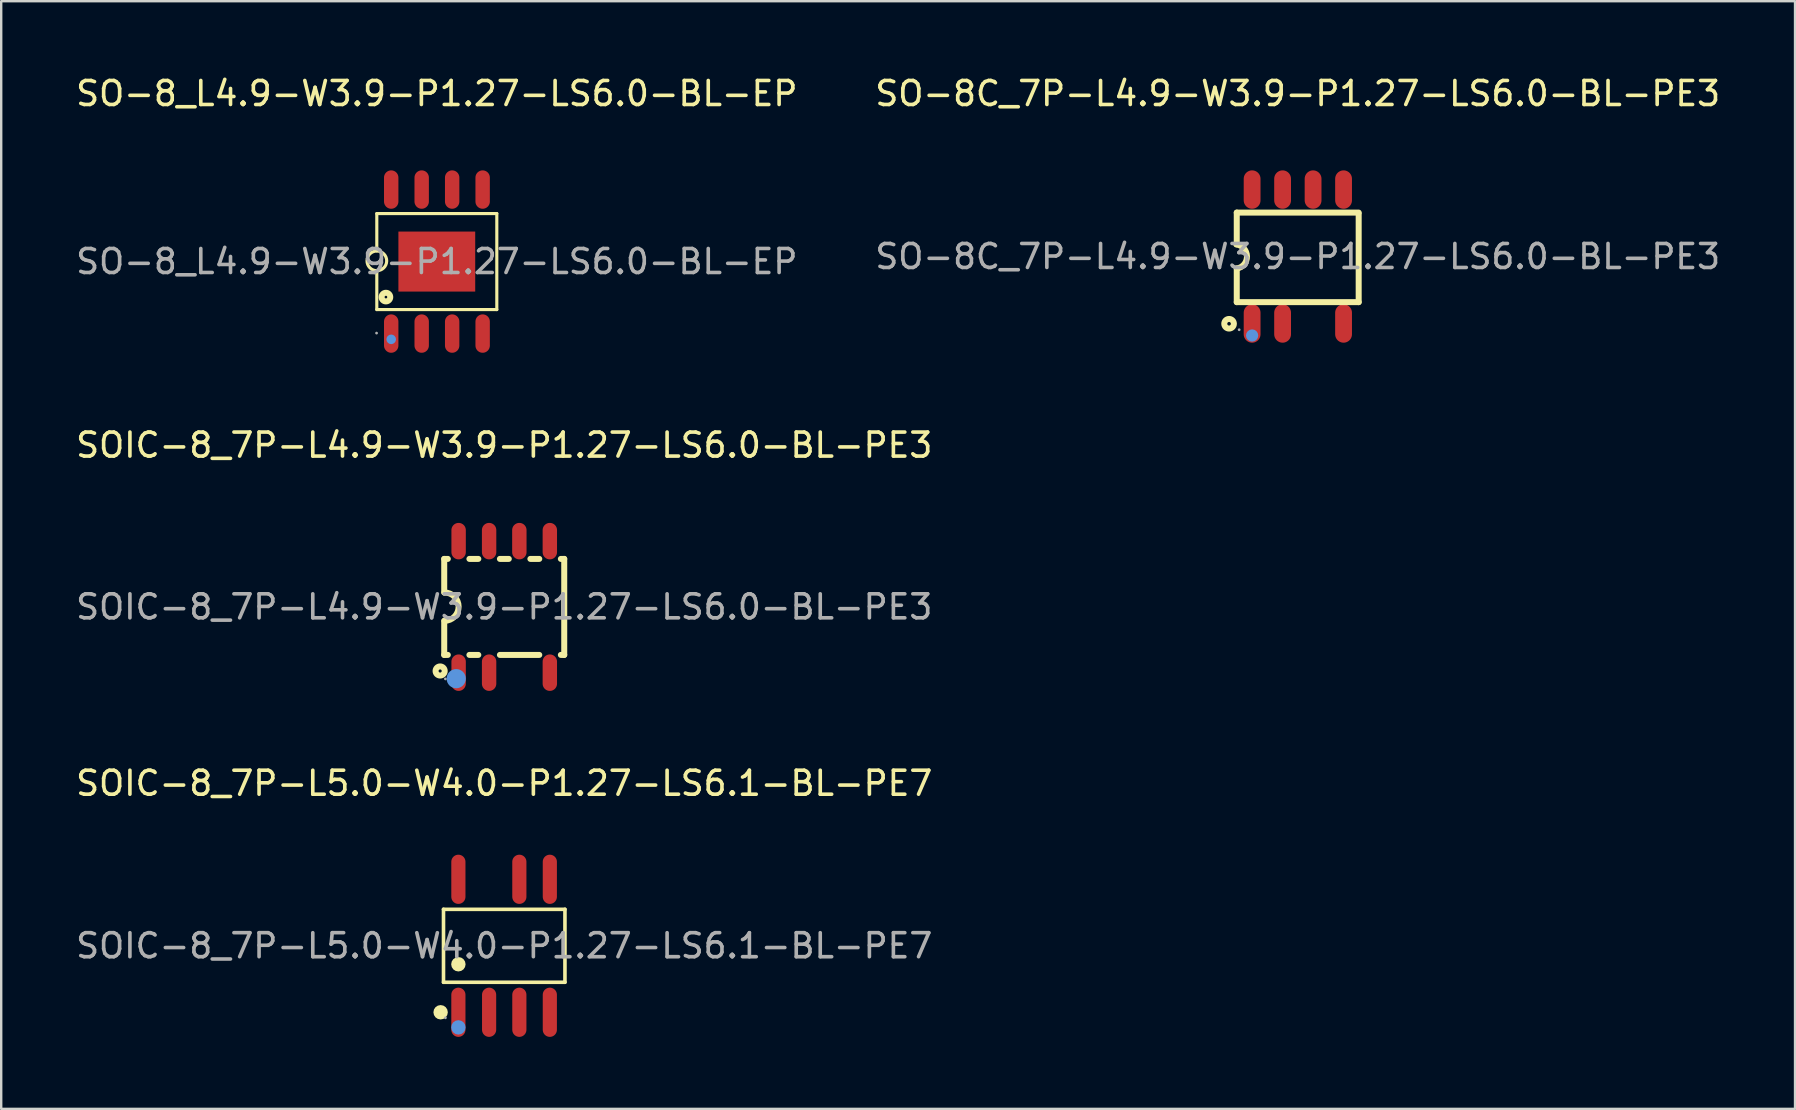
<source format=kicad_pcb>
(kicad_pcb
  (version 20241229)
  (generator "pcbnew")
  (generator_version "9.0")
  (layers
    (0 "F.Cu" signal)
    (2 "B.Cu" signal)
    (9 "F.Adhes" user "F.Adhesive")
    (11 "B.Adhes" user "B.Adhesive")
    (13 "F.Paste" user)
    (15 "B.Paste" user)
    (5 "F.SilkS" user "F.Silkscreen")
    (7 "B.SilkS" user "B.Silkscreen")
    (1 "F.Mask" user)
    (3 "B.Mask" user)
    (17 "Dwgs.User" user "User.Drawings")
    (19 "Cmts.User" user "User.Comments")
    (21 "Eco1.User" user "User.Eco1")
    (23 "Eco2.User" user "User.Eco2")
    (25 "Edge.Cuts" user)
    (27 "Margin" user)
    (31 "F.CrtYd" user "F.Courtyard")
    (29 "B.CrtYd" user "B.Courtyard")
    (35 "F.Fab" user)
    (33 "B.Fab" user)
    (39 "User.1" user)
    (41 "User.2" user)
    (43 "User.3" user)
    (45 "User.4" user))
  (footprint "SO-8C_7P-L4.9-W3.9-P1.27-LS6.0-BL-PE3"
    (layer "F.Cu")
    (at 51.018 7.638)
    (property "Reference" "SO-8C_7P-L4.9-W3.9-P1.27-LS6.0-BL-PE3" (at 0 -6.79 0) (layer "F.SilkS") (effects (font (size 1 1) (thickness 0.15))))
    (attr through_hole)
    (fp_line (start -2.54 -1.83) (end -2.54 -0.51) (stroke (width 0.25) (type solid)) (layer "F.SilkS"))
    (fp_line (start -2.54 1.9) (end -2.54 0.5) (stroke (width 0.25) (type solid)) (layer "F.SilkS"))
    (fp_line (start 2.54 -1.83) (end -2.54 -1.83) (stroke (width 0.25) (type solid)) (layer "F.SilkS"))
    (fp_line (start 2.54 -1.78) (end 2.54 1.9) (stroke (width 0.25) (type solid)) (layer "F.SilkS"))
    (fp_line (start 2.54 1.9) (end -2.54 1.9) (stroke (width 0.25) (type solid)) (layer "F.SilkS"))
    (fp_arc (start -2.66 2.8) (mid -3.059937 2.805009) (end -2.660251 2.789986) (stroke (width 0.25) (type solid)) (layer "F.SilkS"))
    (fp_arc (start -2.558556 -0.502618) (mid -2.113727 -0.00937) (end -2.54 0.5) (stroke (width 0.25) (type solid)) (layer "F.SilkS"))
    (fp_circle (center -1.9 3.29) (end -1.77 3.29) (stroke (width 0.25) (type solid)) (fill no) (layer "Cmts.User"))
    (fp_circle (center -2.44 3.05) (end -2.41 3.05) (stroke (width 0.06) (type solid)) (fill no) (layer "F.Fab"))
    (fp_text user "${REFERENCE}" (at 0 0 0) (layer "F.Fab") (effects (font (size 1 1) (thickness 0.15))))
    (pad "1" smd oval (at -1.9 2.79) (size 0.7 1.6) (layers "F.Cu" "F.Mask" "F.Paste"))
    (pad "2" smd oval (at -0.63 2.79) (size 0.7 1.6) (layers "F.Cu" "F.Mask" "F.Paste"))
    (pad "4" smd oval (at 1.91 2.79) (size 0.7 1.6) (layers "F.Cu" "F.Mask" "F.Paste"))
    (pad "5" smd oval (at 1.91 -2.79) (size 0.7 1.6) (layers "F.Cu" "F.Mask" "F.Paste"))
    (pad "6" smd oval (at 0.64 -2.79) (size 0.7 1.6) (layers "F.Cu" "F.Mask" "F.Paste"))
    (pad "7" smd oval (at -0.63 -2.79) (size 0.7 1.6) (layers "F.Cu" "F.Mask" "F.Paste"))
    (pad "8" smd oval (at -1.9 -2.79) (size 0.7 1.6) (layers "F.Cu" "F.Mask" "F.Paste")))
  (footprint "SO-8_L4.9-W3.9-P1.27-LS6.0-BL-EP"
    (layer "F.Cu")
    (at 15.149 7.848)
    (property "Reference" "SO-8_L4.9-W3.9-P1.27-LS6.0-BL-EP" (at 0 -7 0) (layer "F.SilkS") (effects (font (size 1 1) (thickness 0.15))))
    (attr through_hole)
    (fp_line (start -2.5 -2) (end -2.5 -0.45) (stroke (width 0.13) (type solid)) (layer "F.SilkS"))
    (fp_line (start -2.5 -2) (end 2.5 -2) (stroke (width 0.13) (type solid)) (layer "F.SilkS"))
    (fp_line (start -2.5 2) (end -2.5 0.37) (stroke (width 0.13) (type solid)) (layer "F.SilkS"))
    (fp_line (start -2.5 2) (end 2.5 2) (stroke (width 0.13) (type solid)) (layer "F.SilkS"))
    (fp_line (start 2.5 -2) (end 2.5 2) (stroke (width 0.13) (type solid)) (layer "F.SilkS"))
    (fp_arc (start -2.507155 0.379938) (mid -2.496422 -0.439985) (end -2.5 0.38) (stroke (width 0.13) (type solid)) (layer "F.SilkS"))
    (fp_circle (center -2.12 1.48) (end -1.94 1.48) (stroke (width 0.25) (type solid)) (fill no) (layer "F.SilkS"))
    (fp_circle (center -1.9 3.24) (end -1.8 3.24) (stroke (width 0.2) (type solid)) (fill no) (layer "Cmts.User"))
    (fp_circle (center -2.51 2.98) (end -2.48 2.98) (stroke (width 0.06) (type solid)) (fill no) (layer "F.Fab"))
    (fp_text user "${REFERENCE}" (at 0 0 0) (layer "F.Fab") (effects (font (size 1 1) (thickness 0.15))))
    (pad "1" smd oval (at -1.9 3) (size 0.6 1.6) (layers "F.Cu" "F.Mask" "F.Paste"))
    (pad "2" smd oval (at -0.63 3) (size 0.6 1.6) (layers "F.Cu" "F.Mask" "F.Paste"))
    (pad "3" smd oval (at 0.64 3) (size 0.6 1.6) (layers "F.Cu" "F.Mask" "F.Paste"))
    (pad "4" smd oval (at 1.91 3) (size 0.6 1.6) (layers "F.Cu" "F.Mask" "F.Paste"))
    (pad "5" smd oval (at 1.91 -3) (size 0.6 1.6) (layers "F.Cu" "F.Mask" "F.Paste"))
    (pad "6" smd oval (at 0.64 -3) (size 0.6 1.6) (layers "F.Cu" "F.Mask" "F.Paste"))
    (pad "7" smd oval (at -0.63 -3) (size 0.6 1.6) (layers "F.Cu" "F.Mask" "F.Paste"))
    (pad "8" smd oval (at -1.9 -3) (size 0.6 1.6) (layers "F.Cu" "F.Mask" "F.Paste"))
    (pad "9" smd rect (at 0 0) (size 3.2 2.5) (layers "F.Cu" "F.Mask" "F.Paste")))
  (footprint "SOIC-8_7P-L4.9-W3.9-P1.27-LS6.0-BL-PE3"
    (layer "F.Cu")
    (at 17.958 22.236)
    (property "Reference" "SOIC-8_7P-L4.9-W3.9-P1.27-LS6.0-BL-PE3" (at 0 -6.74 0) (layer "F.SilkS") (effects (font (size 1 1) (thickness 0.15))))
    (attr through_hole)
    (fp_line (start -2.5 -2) (end -2.5 -0.6) (stroke (width 0.25) (type solid)) (layer "F.SilkS"))
    (fp_line (start -2.5 -2) (end -2.35 -2) (stroke (width 0.25) (type solid)) (layer "F.SilkS"))
    (fp_line (start -2.5 0.58) (end -2.5 2) (stroke (width 0.25) (type solid)) (layer "F.SilkS"))
    (fp_line (start -2.5 2) (end -2.35 2) (stroke (width 0.25) (type solid)) (layer "F.SilkS"))
    (fp_line (start -1.45 -2) (end -1.08 -2) (stroke (width 0.25) (type solid)) (layer "F.SilkS"))
    (fp_line (start -1.45 2) (end -1.08 2) (stroke (width 0.25) (type solid)) (layer "F.SilkS"))
    (fp_line (start -0.18 -2) (end 0.19 -2) (stroke (width 0.25) (type solid)) (layer "F.SilkS"))
    (fp_line (start -0.18 2) (end 1.46 2) (stroke (width 0.25) (type solid)) (layer "F.SilkS"))
    (fp_line (start 1.09 -2) (end 1.46 -2) (stroke (width 0.25) (type solid)) (layer "F.SilkS"))
    (fp_line (start 2.36 -2) (end 2.5 -2) (stroke (width 0.25) (type solid)) (layer "F.SilkS"))
    (fp_line (start 2.36 2) (end 2.5 2) (stroke (width 0.25) (type solid)) (layer "F.SilkS"))
    (fp_line (start 2.5 -2) (end 2.5 2) (stroke (width 0.25) (type solid)) (layer "F.SilkS"))
    (fp_arc (start -2.49 -0.6) (mid -1.9 -0.01) (end -2.49 0.58) (stroke (width 0.25) (type solid)) (layer "F.SilkS"))
    (fp_circle (center -2.67 2.67) (end -2.48 2.67) (stroke (width 0.25) (type solid)) (fill no) (layer "F.SilkS"))
    (fp_circle (center -2 2.99) (end -1.8 2.99) (stroke (width 0.4) (type solid)) (fill no) (layer "Cmts.User"))
    (fp_circle (center -2.45 3) (end -2.42 3) (stroke (width 0.06) (type solid)) (fill no) (layer "F.Fab"))
    (fp_text user "${REFERENCE}" (at 0 0 0) (layer "F.Fab") (effects (font (size 1 1) (thickness 0.15))))
    (pad "1" smd oval (at -1.9 2.74 180) (size 0.6 1.52) (layers "F.Cu" "F.Mask" "F.Paste"))
    (pad "2" smd oval (at -0.63 2.74 180) (size 0.6 1.52) (layers "F.Cu" "F.Mask" "F.Paste"))
    (pad "4" smd oval (at 1.9 2.74 180) (size 0.6 1.52) (layers "F.Cu" "F.Mask" "F.Paste"))
    (pad "5" smd oval (at 1.9 -2.74 180) (size 0.6 1.52) (layers "F.Cu" "F.Mask" "F.Paste"))
    (pad "6" smd oval (at 0.63 -2.74 180) (size 0.6 1.52) (layers "F.Cu" "F.Mask" "F.Paste"))
    (pad "7" smd oval (at -0.63 -2.74 180) (size 0.6 1.52) (layers "F.Cu" "F.Mask" "F.Paste"))
    (pad "8" smd oval (at -1.9 -2.74 180) (size 0.6 1.52) (layers "F.Cu" "F.Mask" "F.Paste")))
  (footprint "SOIC-8_7P-L5.0-W4.0-P1.27-LS6.1-BL-PE7"
    (layer "F.Cu")
    (at 17.958 36.355)
    (property "Reference" "SOIC-8_7P-L5.0-W4.0-P1.27-LS6.1-BL-PE7" (at 0 -6.77 0) (layer "F.SilkS") (effects (font (size 1 1) (thickness 0.15))))
    (attr through_hole)
    (fp_line (start -2.53 -1.52) (end 2.53 -1.52) (stroke (width 0.15) (type solid)) (layer "F.SilkS"))
    (fp_line (start -2.53 1.52) (end -2.53 -1.52) (stroke (width 0.15) (type solid)) (layer "F.SilkS"))
    (fp_line (start 2.53 -1.52) (end 2.53 1.52) (stroke (width 0.15) (type solid)) (layer "F.SilkS"))
    (fp_line (start 2.53 1.52) (end -2.53 1.52) (stroke (width 0.15) (type solid)) (layer "F.SilkS"))
    (fp_circle (center -2.65 2.77) (end -2.5 2.77) (stroke (width 0.3) (type solid)) (fill no) (layer "F.SilkS"))
    (fp_circle (center -1.91 0.77) (end -1.76 0.77) (stroke (width 0.3) (type solid)) (fill no) (layer "F.SilkS"))
    (fp_circle (center -1.91 3.4) (end -1.76 3.4) (stroke (width 0.3) (type solid)) (fill no) (layer "Cmts.User"))
    (fp_circle (center -2.45 3) (end -2.42 3) (stroke (width 0.06) (type solid)) (fill no) (layer "F.Fab"))
    (fp_text user "${REFERENCE}" (at 0 0 0) (layer "F.Fab") (effects (font (size 1 1) (thickness 0.15))))
    (pad "1" smd oval (at -1.91 2.77) (size 0.59 2.05) (layers "F.Cu" "F.Mask" "F.Paste"))
    (pad "2" smd oval (at -0.63 2.77) (size 0.59 2.05) (layers "F.Cu" "F.Mask" "F.Paste"))
    (pad "3" smd oval (at 0.63 2.77) (size 0.59 2.05) (layers "F.Cu" "F.Mask" "F.Paste"))
    (pad "4" smd oval (at 1.9 2.77) (size 0.59 2.05) (layers "F.Cu" "F.Mask" "F.Paste"))
    (pad "5" smd oval (at 1.9 -2.77) (size 0.59 2.05) (layers "F.Cu" "F.Mask" "F.Paste"))
    (pad "6" smd oval (at 0.63 -2.77) (size 0.59 2.05) (layers "F.Cu" "F.Mask" "F.Paste"))
    (pad "7" smd oval (at -1.91 -2.77) (size 0.59 2.05) (layers "F.Cu" "F.Mask" "F.Paste")))
  (gr_rect
    (start -3 -3)
    (end 71.738 43.15)
    (stroke (width 0.1) (type default))
    (fill no)
    (layer "Edge.Cuts")))
</source>
